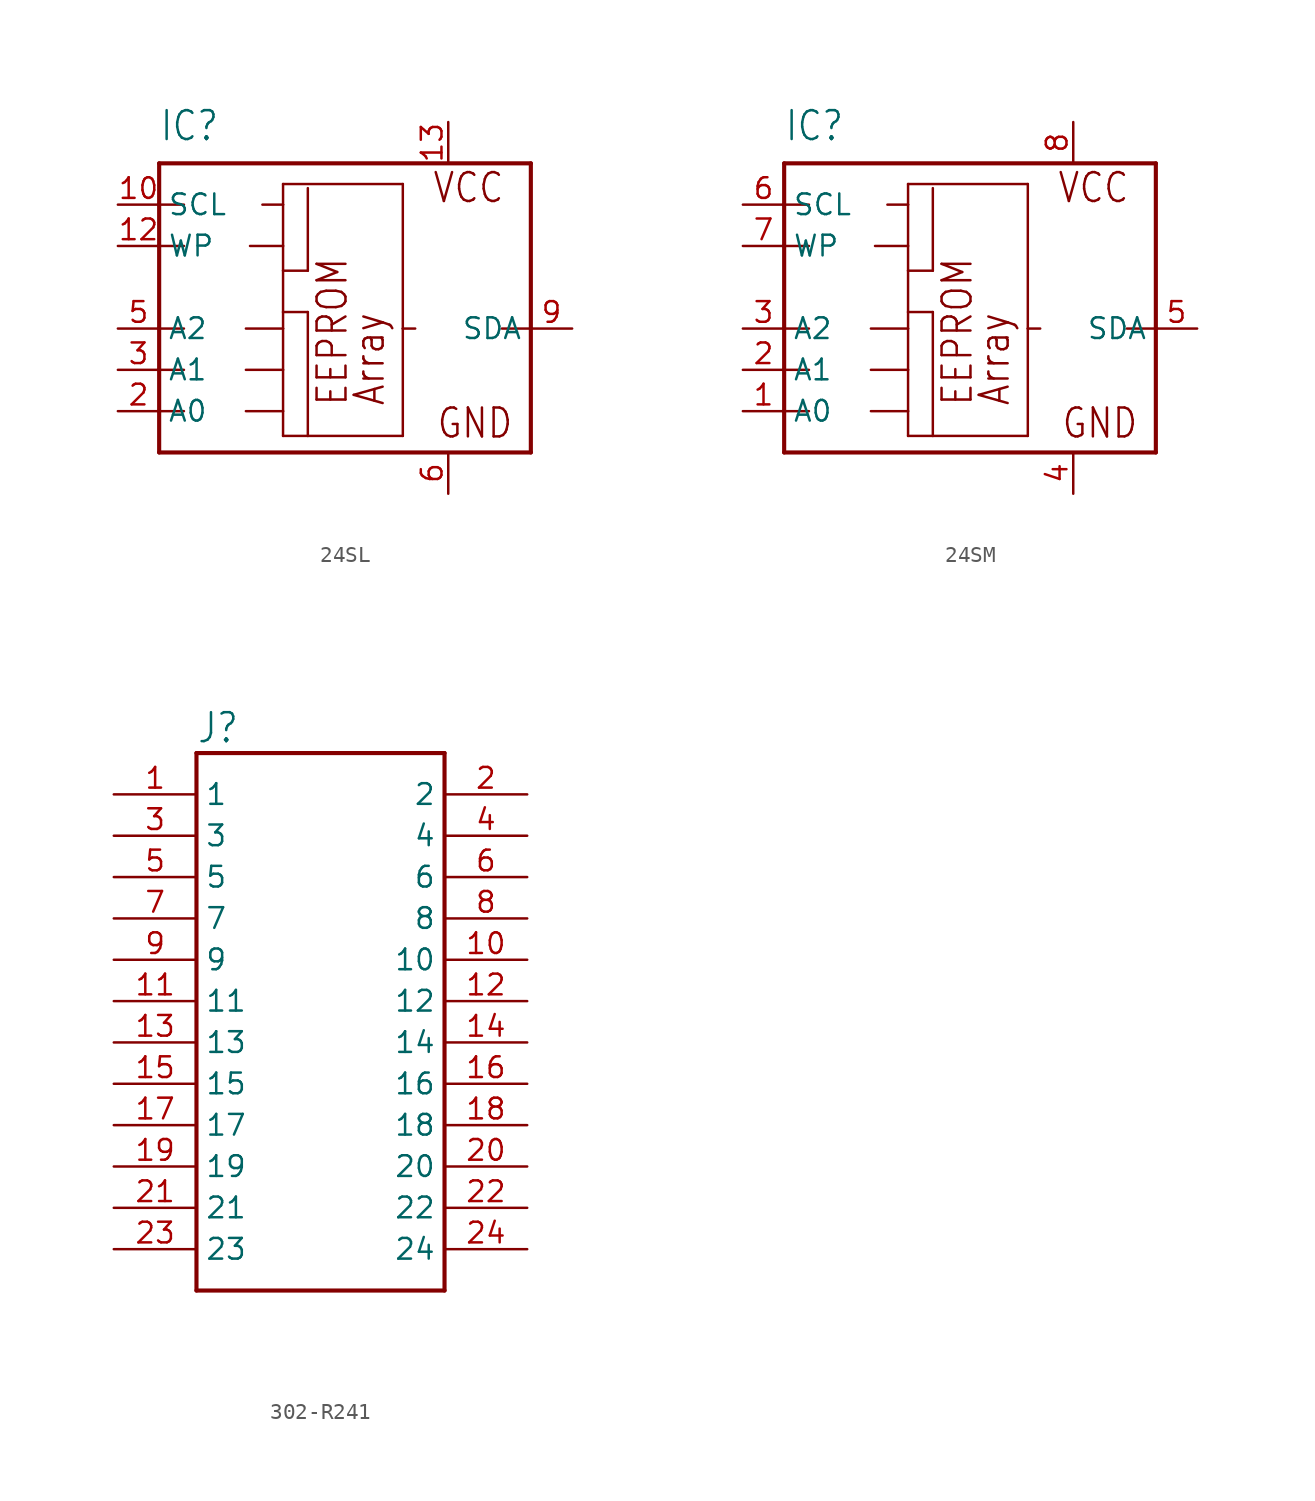
<source format=kicad_sym>
(kicad_symbol_lib
  (version 20231120)
  (generator "kicad_symbol_editor")
  (generator_version "8.0")
  (symbol "24SL"
    (property "Reference" "IC"
      (at -10.16 11.43 0)
      (effects (font (size 1.778 1.511)) (justify left bottom)))
    (property "Value" ""
      (at -10.16 -10.16 0)
      (effects (font (size 1.778 1.511)) (justify left bottom)))
    (property "ki_locked" ""
      (at 0 0 0)
      (effects (font (size 1.27 1.27))))
    (symbol "24SL_1_0"
      (polyline (pts (xy -10.16 -7.62) (xy -10.16 -5.08)) (stroke (width 0.254) (type solid)) (fill (type none)))
      (polyline (pts (xy -10.16 -5.08) (xy -10.16 -2.54)) (stroke (width 0.254) (type solid)) (fill (type none)))
      (polyline (pts (xy -10.16 -5.08) (xy -8.636 -5.08)) (stroke (width 0.152) (type solid)) (fill (type none)))
      (polyline (pts (xy -10.16 -2.54) (xy -10.16 0)) (stroke (width 0.254) (type solid)) (fill (type none)))
      (polyline (pts (xy -10.16 -2.54) (xy -8.636 -2.54)) (stroke (width 0.152) (type solid)) (fill (type none)))
      (polyline (pts (xy -10.16 0) (xy -10.16 5.08)) (stroke (width 0.254) (type solid)) (fill (type none)))
      (polyline (pts (xy -10.16 0) (xy -8.636 0)) (stroke (width 0.152) (type solid)) (fill (type none)))
      (polyline (pts (xy -10.16 5.08) (xy -10.16 7.62)) (stroke (width 0.254) (type solid)) (fill (type none)))
      (polyline (pts (xy -10.16 5.08) (xy -8.636 5.08)) (stroke (width 0.152) (type solid)) (fill (type none)))
      (polyline (pts (xy -10.16 7.62) (xy -10.16 10.16)) (stroke (width 0.254) (type solid)) (fill (type none)))
      (polyline (pts (xy -10.16 7.62) (xy -8.636 7.62)) (stroke (width 0.152) (type solid)) (fill (type none)))
      (polyline (pts (xy -10.16 10.16) (xy 12.7 10.16)) (stroke (width 0.254) (type solid)) (fill (type none)))
      (polyline (pts (xy -4.826 -5.08) (xy -2.54 -5.08)) (stroke (width 0.152) (type solid)) (fill (type none)))
      (polyline (pts (xy -4.826 -2.54) (xy -2.54 -2.54)) (stroke (width 0.152) (type solid)) (fill (type none)))
      (polyline (pts (xy -4.826 0) (xy -2.54 0)) (stroke (width 0.152) (type solid)) (fill (type none)))
      (polyline (pts (xy -4.572 5.08) (xy -2.54 5.08)) (stroke (width 0.152) (type solid)) (fill (type none)))
      (polyline (pts (xy -3.81 7.62) (xy -2.54 7.62)) (stroke (width 0.152) (type solid)) (fill (type none)))
      (polyline (pts (xy -2.54 -6.604) (xy -2.54 -5.08)) (stroke (width 0.152) (type solid)) (fill (type none)))
      (polyline (pts (xy -2.54 -5.08) (xy -2.54 -2.54)) (stroke (width 0.152) (type solid)) (fill (type none)))
      (polyline (pts (xy -2.54 -2.54) (xy -2.54 0)) (stroke (width 0.152) (type solid)) (fill (type none)))
      (polyline (pts (xy -2.54 0) (xy -2.54 1.016)) (stroke (width 0.152) (type solid)) (fill (type none)))
      (polyline (pts (xy -2.54 1.016) (xy -2.54 3.556)) (stroke (width 0.152) (type solid)) (fill (type none)))
      (polyline (pts (xy -2.54 1.016) (xy -1.016 1.016)) (stroke (width 0.152) (type solid)) (fill (type none)))
      (polyline (pts (xy -2.54 3.556) (xy -2.54 5.08)) (stroke (width 0.152) (type solid)) (fill (type none)))
      (polyline (pts (xy -2.54 3.556) (xy -1.016 3.556)) (stroke (width 0.152) (type solid)) (fill (type none)))
      (polyline (pts (xy -2.54 5.08) (xy -2.54 7.62)) (stroke (width 0.152) (type solid)) (fill (type none)))
      (polyline (pts (xy -2.54 7.62) (xy -2.54 8.89)) (stroke (width 0.152) (type solid)) (fill (type none)))
      (polyline (pts (xy -2.54 8.89) (xy 4.826 8.89)) (stroke (width 0.152) (type solid)) (fill (type none)))
      (polyline (pts (xy -1.016 -6.604) (xy -2.54 -6.604)) (stroke (width 0.152) (type solid)) (fill (type none)))
      (polyline (pts (xy -1.016 1.016) (xy -1.016 -6.604)) (stroke (width 0.152) (type solid)) (fill (type none)))
      (polyline (pts (xy -1.016 8.636) (xy -1.016 3.556)) (stroke (width 0.152) (type solid)) (fill (type none)))
      (polyline (pts (xy 4.826 -6.604) (xy -1.016 -6.604)) (stroke (width 0.152) (type solid)) (fill (type none)))
      (polyline (pts (xy 4.826 0) (xy 4.826 -6.604)) (stroke (width 0.152) (type solid)) (fill (type none)))
      (polyline (pts (xy 4.826 8.89) (xy 4.826 0)) (stroke (width 0.152) (type solid)) (fill (type none)))
      (polyline (pts (xy 5.588 0) (xy 4.826 0)) (stroke (width 0.152) (type solid)) (fill (type none)))
      (polyline (pts (xy 12.7 -7.62) (xy -10.16 -7.62)) (stroke (width 0.254) (type solid)) (fill (type none)))
      (polyline (pts (xy 12.7 0) (xy 10.922 0)) (stroke (width 0.152) (type solid)) (fill (type none)))
      (polyline (pts (xy 12.7 0) (xy 12.7 -7.62)) (stroke (width 0.254) (type solid)) (fill (type none)))
      (polyline (pts (xy 12.7 10.16) (xy 12.7 0)) (stroke (width 0.254) (type solid)) (fill (type none)))
      (text "Array" (at 3.81 -4.826 900) (effects (font (size 1.778 1.511)) (justify left bottom)))
      (text "EEPROM" (at 1.524 -4.826 900) (effects (font (size 1.778 1.511)) (justify left bottom)))
      (text "GND" (at 6.858 -6.858 0) (effects (font (size 1.778 1.511)) (justify left bottom)))
      (text "VCC" (at 6.604 7.62 0) (effects (font (size 1.778 1.511)) (justify left bottom)))
      (pin input line (at -12.7 7.62 0) (length 2.54) (name "SCL" (effects (font (size 1.27 1.27)))) (number "10" (effects (font (size 1.27 1.27)))))
      (pin input line (at -12.7 5.08 0) (length 2.54) (name "WP" (effects (font (size 1.27 1.27)))) (number "12" (effects (font (size 1.27 1.27)))))
      (pin power_in line (at 7.62 12.7 270) (length 2.54) (name "VCC" (effects (font (size 0 0)))) (number "13" (effects (font (size 1.27 1.27)))))
      (pin input line (at -12.7 -5.08 0) (length 2.54) (name "A0" (effects (font (size 1.27 1.27)))) (number "2" (effects (font (size 1.27 1.27)))))
      (pin input line (at -12.7 -2.54 0) (length 2.54) (name "A1" (effects (font (size 1.27 1.27)))) (number "3" (effects (font (size 1.27 1.27)))))
      (pin input line (at -12.7 0 0) (length 2.54) (name "A2" (effects (font (size 1.27 1.27)))) (number "5" (effects (font (size 1.27 1.27)))))
      (pin power_in line (at 7.62 -10.16 90) (length 2.54) (name "GND" (effects (font (size 0 0)))) (number "6" (effects (font (size 1.27 1.27)))))
      (pin bidirectional line (at 15.24 0 180) (length 2.54) (name "SDA" (effects (font (size 1.27 1.27)))) (number "9" (effects (font (size 1.27 1.27)))))))
  (symbol "24SM"
    (property "Reference" "IC"
      (at -10.16 11.43 0)
      (effects (font (size 1.778 1.511)) (justify left bottom)))
    (property "Value" ""
      (at -10.16 -10.16 0)
      (effects (font (size 1.778 1.511)) (justify left bottom)))
    (property "ki_locked" ""
      (at 0 0 0)
      (effects (font (size 1.27 1.27))))
    (symbol "24SM_1_0"
      (polyline (pts (xy -10.16 -7.62) (xy -10.16 -5.08)) (stroke (width 0.254) (type solid)) (fill (type none)))
      (polyline (pts (xy -10.16 -5.08) (xy -10.16 -2.54)) (stroke (width 0.254) (type solid)) (fill (type none)))
      (polyline (pts (xy -10.16 -5.08) (xy -8.636 -5.08)) (stroke (width 0.152) (type solid)) (fill (type none)))
      (polyline (pts (xy -10.16 -2.54) (xy -10.16 0)) (stroke (width 0.254) (type solid)) (fill (type none)))
      (polyline (pts (xy -10.16 -2.54) (xy -8.636 -2.54)) (stroke (width 0.152) (type solid)) (fill (type none)))
      (polyline (pts (xy -10.16 0) (xy -10.16 5.08)) (stroke (width 0.254) (type solid)) (fill (type none)))
      (polyline (pts (xy -10.16 0) (xy -8.636 0)) (stroke (width 0.152) (type solid)) (fill (type none)))
      (polyline (pts (xy -10.16 5.08) (xy -10.16 7.62)) (stroke (width 0.254) (type solid)) (fill (type none)))
      (polyline (pts (xy -10.16 5.08) (xy -8.636 5.08)) (stroke (width 0.152) (type solid)) (fill (type none)))
      (polyline (pts (xy -10.16 7.62) (xy -10.16 10.16)) (stroke (width 0.254) (type solid)) (fill (type none)))
      (polyline (pts (xy -10.16 7.62) (xy -8.636 7.62)) (stroke (width 0.152) (type solid)) (fill (type none)))
      (polyline (pts (xy -10.16 10.16) (xy 12.7 10.16)) (stroke (width 0.254) (type solid)) (fill (type none)))
      (polyline (pts (xy -4.826 -5.08) (xy -2.54 -5.08)) (stroke (width 0.152) (type solid)) (fill (type none)))
      (polyline (pts (xy -4.826 -2.54) (xy -2.54 -2.54)) (stroke (width 0.152) (type solid)) (fill (type none)))
      (polyline (pts (xy -4.826 0) (xy -2.54 0)) (stroke (width 0.152) (type solid)) (fill (type none)))
      (polyline (pts (xy -4.572 5.08) (xy -2.54 5.08)) (stroke (width 0.152) (type solid)) (fill (type none)))
      (polyline (pts (xy -3.81 7.62) (xy -2.54 7.62)) (stroke (width 0.152) (type solid)) (fill (type none)))
      (polyline (pts (xy -2.54 -6.604) (xy -2.54 -5.08)) (stroke (width 0.152) (type solid)) (fill (type none)))
      (polyline (pts (xy -2.54 -5.08) (xy -2.54 -2.54)) (stroke (width 0.152) (type solid)) (fill (type none)))
      (polyline (pts (xy -2.54 -2.54) (xy -2.54 0)) (stroke (width 0.152) (type solid)) (fill (type none)))
      (polyline (pts (xy -2.54 0) (xy -2.54 1.016)) (stroke (width 0.152) (type solid)) (fill (type none)))
      (polyline (pts (xy -2.54 1.016) (xy -2.54 3.556)) (stroke (width 0.152) (type solid)) (fill (type none)))
      (polyline (pts (xy -2.54 1.016) (xy -1.016 1.016)) (stroke (width 0.152) (type solid)) (fill (type none)))
      (polyline (pts (xy -2.54 3.556) (xy -2.54 5.08)) (stroke (width 0.152) (type solid)) (fill (type none)))
      (polyline (pts (xy -2.54 3.556) (xy -1.016 3.556)) (stroke (width 0.152) (type solid)) (fill (type none)))
      (polyline (pts (xy -2.54 5.08) (xy -2.54 7.62)) (stroke (width 0.152) (type solid)) (fill (type none)))
      (polyline (pts (xy -2.54 7.62) (xy -2.54 8.89)) (stroke (width 0.152) (type solid)) (fill (type none)))
      (polyline (pts (xy -2.54 8.89) (xy 4.826 8.89)) (stroke (width 0.152) (type solid)) (fill (type none)))
      (polyline (pts (xy -1.016 -6.604) (xy -2.54 -6.604)) (stroke (width 0.152) (type solid)) (fill (type none)))
      (polyline (pts (xy -1.016 1.016) (xy -1.016 -6.604)) (stroke (width 0.152) (type solid)) (fill (type none)))
      (polyline (pts (xy -1.016 8.636) (xy -1.016 3.556)) (stroke (width 0.152) (type solid)) (fill (type none)))
      (polyline (pts (xy 4.826 -6.604) (xy -1.016 -6.604)) (stroke (width 0.152) (type solid)) (fill (type none)))
      (polyline (pts (xy 4.826 0) (xy 4.826 -6.604)) (stroke (width 0.152) (type solid)) (fill (type none)))
      (polyline (pts (xy 4.826 8.89) (xy 4.826 0)) (stroke (width 0.152) (type solid)) (fill (type none)))
      (polyline (pts (xy 5.588 0) (xy 4.826 0)) (stroke (width 0.152) (type solid)) (fill (type none)))
      (polyline (pts (xy 12.7 -7.62) (xy -10.16 -7.62)) (stroke (width 0.254) (type solid)) (fill (type none)))
      (polyline (pts (xy 12.7 0) (xy 10.922 0)) (stroke (width 0.152) (type solid)) (fill (type none)))
      (polyline (pts (xy 12.7 0) (xy 12.7 -7.62)) (stroke (width 0.254) (type solid)) (fill (type none)))
      (polyline (pts (xy 12.7 10.16) (xy 12.7 0)) (stroke (width 0.254) (type solid)) (fill (type none)))
      (text "Array" (at 3.81 -4.826 900) (effects (font (size 1.778 1.511)) (justify left bottom)))
      (text "EEPROM" (at 1.524 -4.826 900) (effects (font (size 1.778 1.511)) (justify left bottom)))
      (text "GND" (at 6.858 -6.858 0) (effects (font (size 1.778 1.511)) (justify left bottom)))
      (text "VCC" (at 6.604 7.62 0) (effects (font (size 1.778 1.511)) (justify left bottom)))
      (pin input line (at -12.7 -5.08 0) (length 2.54) (name "A0" (effects (font (size 1.27 1.27)))) (number "1" (effects (font (size 1.27 1.27)))))
      (pin input line (at -12.7 -2.54 0) (length 2.54) (name "A1" (effects (font (size 1.27 1.27)))) (number "2" (effects (font (size 1.27 1.27)))))
      (pin input line (at -12.7 0 0) (length 2.54) (name "A2" (effects (font (size 1.27 1.27)))) (number "3" (effects (font (size 1.27 1.27)))))
      (pin power_in line (at 7.62 -10.16 90) (length 2.54) (name "GND" (effects (font (size 0 0)))) (number "4" (effects (font (size 1.27 1.27)))))
      (pin bidirectional line (at 15.24 0 180) (length 2.54) (name "SDA" (effects (font (size 1.27 1.27)))) (number "5" (effects (font (size 1.27 1.27)))))
      (pin input line (at -12.7 7.62 0) (length 2.54) (name "SCL" (effects (font (size 1.27 1.27)))) (number "6" (effects (font (size 1.27 1.27)))))
      (pin input line (at -12.7 5.08 0) (length 2.54) (name "WP" (effects (font (size 1.27 1.27)))) (number "7" (effects (font (size 1.27 1.27)))))
      (pin power_in line (at 7.62 12.7 270) (length 2.54) (name "VCC" (effects (font (size 0 0)))) (number "8" (effects (font (size 1.27 1.27)))))))
  (symbol "302-R241"
    (property "Reference" "J"
      (at -7.62 15.748 0)
      (effects (font (size 1.778 1.511)) (justify left bottom)))
    (property "Value" ""
      (at -7.62 -20.32 0)
      (effects (font (size 1.778 1.511)) (justify left bottom)))
    (property "ki_locked" ""
      (at 0 0 0)
      (effects (font (size 1.27 1.27))))
    (symbol "302-R241_1_0"
      (polyline (pts (xy -7.62 -17.78) (xy -7.62 15.24)) (stroke (width 0.254) (type solid)) (fill (type none)))
      (polyline (pts (xy -7.62 15.24) (xy 7.62 15.24)) (stroke (width 0.254) (type solid)) (fill (type none)))
      (polyline (pts (xy 7.62 -17.78) (xy -7.62 -17.78)) (stroke (width 0.254) (type solid)) (fill (type none)))
      (polyline (pts (xy 7.62 15.24) (xy 7.62 -17.78)) (stroke (width 0.254) (type solid)) (fill (type none)))
      (pin passive line (at -12.7 12.7 0) (length 5.08) (name "1" (effects (font (size 1.27 1.27)))) (number "1" (effects (font (size 1.27 1.27)))))
      (pin passive line (at 12.7 2.54 180) (length 5.08) (name "10" (effects (font (size 1.27 1.27)))) (number "10" (effects (font (size 1.27 1.27)))))
      (pin passive line (at -12.7 0 0) (length 5.08) (name "11" (effects (font (size 1.27 1.27)))) (number "11" (effects (font (size 1.27 1.27)))))
      (pin passive line (at 12.7 0 180) (length 5.08) (name "12" (effects (font (size 1.27 1.27)))) (number "12" (effects (font (size 1.27 1.27)))))
      (pin passive line (at -12.7 -2.54 0) (length 5.08) (name "13" (effects (font (size 1.27 1.27)))) (number "13" (effects (font (size 1.27 1.27)))))
      (pin passive line (at 12.7 -2.54 180) (length 5.08) (name "14" (effects (font (size 1.27 1.27)))) (number "14" (effects (font (size 1.27 1.27)))))
      (pin passive line (at -12.7 -5.08 0) (length 5.08) (name "15" (effects (font (size 1.27 1.27)))) (number "15" (effects (font (size 1.27 1.27)))))
      (pin passive line (at 12.7 -5.08 180) (length 5.08) (name "16" (effects (font (size 1.27 1.27)))) (number "16" (effects (font (size 1.27 1.27)))))
      (pin passive line (at -12.7 -7.62 0) (length 5.08) (name "17" (effects (font (size 1.27 1.27)))) (number "17" (effects (font (size 1.27 1.27)))))
      (pin passive line (at 12.7 -7.62 180) (length 5.08) (name "18" (effects (font (size 1.27 1.27)))) (number "18" (effects (font (size 1.27 1.27)))))
      (pin passive line (at -12.7 -10.16 0) (length 5.08) (name "19" (effects (font (size 1.27 1.27)))) (number "19" (effects (font (size 1.27 1.27)))))
      (pin passive line (at 12.7 12.7 180) (length 5.08) (name "2" (effects (font (size 1.27 1.27)))) (number "2" (effects (font (size 1.27 1.27)))))
      (pin passive line (at 12.7 -10.16 180) (length 5.08) (name "20" (effects (font (size 1.27 1.27)))) (number "20" (effects (font (size 1.27 1.27)))))
      (pin passive line (at -12.7 -12.7 0) (length 5.08) (name "21" (effects (font (size 1.27 1.27)))) (number "21" (effects (font (size 1.27 1.27)))))
      (pin passive line (at 12.7 -12.7 180) (length 5.08) (name "22" (effects (font (size 1.27 1.27)))) (number "22" (effects (font (size 1.27 1.27)))))
      (pin passive line (at -12.7 -15.24 0) (length 5.08) (name "23" (effects (font (size 1.27 1.27)))) (number "23" (effects (font (size 1.27 1.27)))))
      (pin passive line (at 12.7 -15.24 180) (length 5.08) (name "24" (effects (font (size 1.27 1.27)))) (number "24" (effects (font (size 1.27 1.27)))))
      (pin passive line (at -12.7 10.16 0) (length 5.08) (name "3" (effects (font (size 1.27 1.27)))) (number "3" (effects (font (size 1.27 1.27)))))
      (pin passive line (at 12.7 10.16 180) (length 5.08) (name "4" (effects (font (size 1.27 1.27)))) (number "4" (effects (font (size 1.27 1.27)))))
      (pin passive line (at -12.7 7.62 0) (length 5.08) (name "5" (effects (font (size 1.27 1.27)))) (number "5" (effects (font (size 1.27 1.27)))))
      (pin passive line (at 12.7 7.62 180) (length 5.08) (name "6" (effects (font (size 1.27 1.27)))) (number "6" (effects (font (size 1.27 1.27)))))
      (pin passive line (at -12.7 5.08 0) (length 5.08) (name "7" (effects (font (size 1.27 1.27)))) (number "7" (effects (font (size 1.27 1.27)))))
      (pin passive line (at 12.7 5.08 180) (length 5.08) (name "8" (effects (font (size 1.27 1.27)))) (number "8" (effects (font (size 1.27 1.27)))))
      (pin passive line (at -12.7 2.54 0) (length 5.08) (name "9" (effects (font (size 1.27 1.27)))) (number "9" (effects (font (size 1.27 1.27))))))))
</source>
